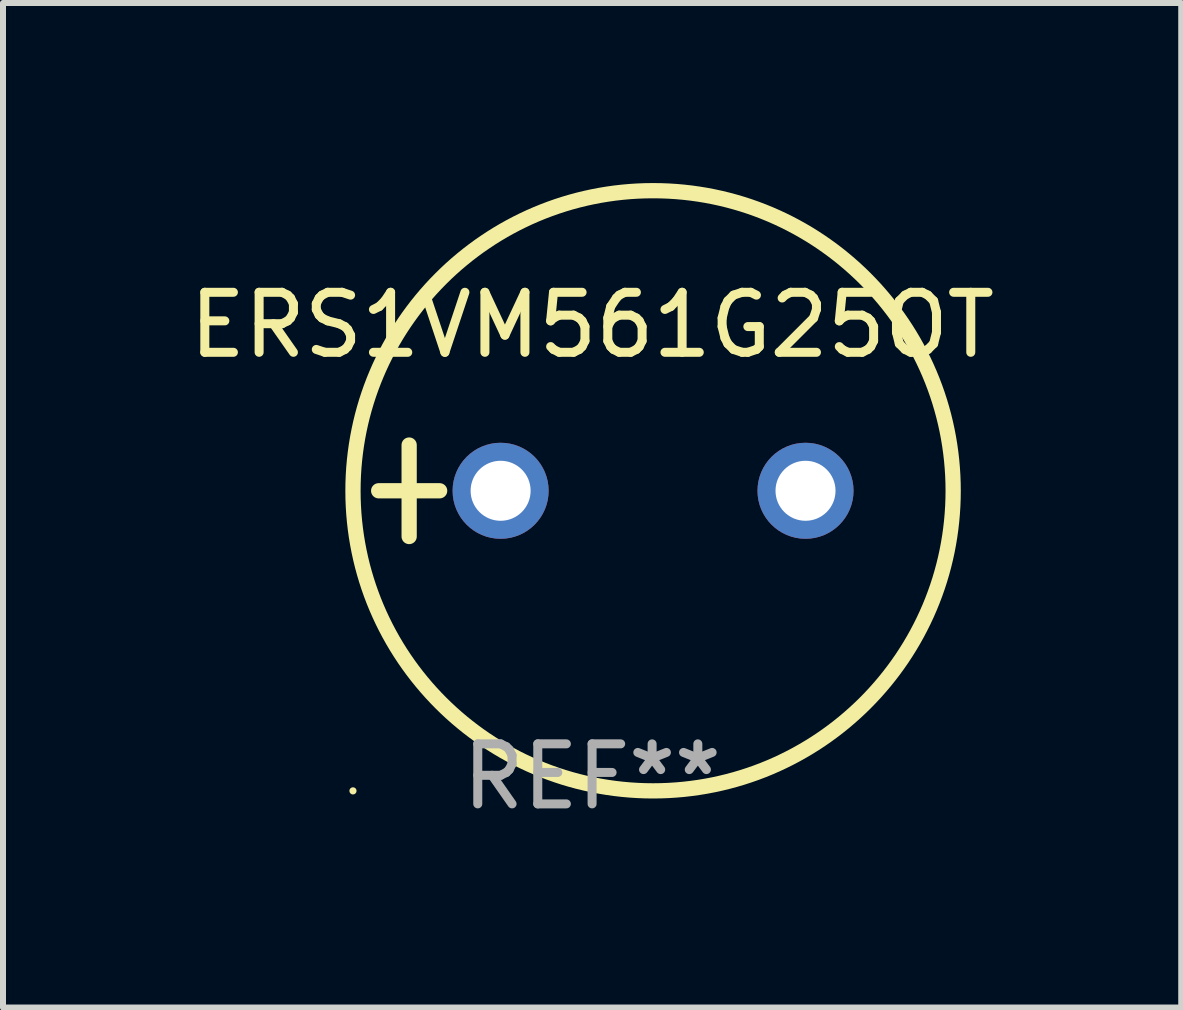
<source format=kicad_pcb>
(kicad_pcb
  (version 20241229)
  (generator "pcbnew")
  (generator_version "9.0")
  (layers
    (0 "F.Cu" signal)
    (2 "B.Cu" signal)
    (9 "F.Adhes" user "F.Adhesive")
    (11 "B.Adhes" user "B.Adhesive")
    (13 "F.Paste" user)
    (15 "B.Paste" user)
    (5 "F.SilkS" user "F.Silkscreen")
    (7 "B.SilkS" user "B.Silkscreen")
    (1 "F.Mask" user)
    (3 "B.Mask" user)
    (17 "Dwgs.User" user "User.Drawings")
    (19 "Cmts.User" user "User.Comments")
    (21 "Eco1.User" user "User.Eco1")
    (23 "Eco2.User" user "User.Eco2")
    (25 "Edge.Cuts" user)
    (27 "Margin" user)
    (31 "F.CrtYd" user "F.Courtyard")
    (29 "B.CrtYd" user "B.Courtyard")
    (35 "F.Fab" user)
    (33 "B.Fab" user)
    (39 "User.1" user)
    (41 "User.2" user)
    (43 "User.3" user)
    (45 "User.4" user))
  (footprint "ERS1VM561G25OT"
    (layer "F.Cu")
    (at 6.815 5.127)
    (property "Reference" "ERS1VM561G25OT" (at 0 -2.762 0) (layer "F.SilkS") (effects (font (size 1 1) (thickness 0.15))))
    (attr through_hole)
    (fp_line (start -3.556 0) (end -2.54 0) (stroke (width 0.254) (type solid)) (layer "F.SilkS"))
    (fp_line (start -3.048 -0.762) (end -3.048 0.762) (stroke (width 0.254) (type solid)) (layer "F.SilkS"))
    (fp_circle (center -3.984 5) (end -3.954 5) (stroke (width 0.06) (type solid)) (fill no) (layer "F.SilkS"))
    (fp_circle (center 1.016 0) (end 6.016 0) (stroke (width 0.254) (type solid)) (fill no) (layer "F.SilkS"))
    (fp_text user "REF**" (at 0 4.762 0) (layer "F.Fab") (effects (font (size 1 1) (thickness 0.15))))
    (pad "1" thru_hole circle (at -1.524 0) (size 1.6 1.6) (drill 1) (layers "*.Cu" "*.Mask"))
    (pad "2" thru_hole circle (at 3.556 0) (size 1.6 1.6) (drill 1) (layers "*.Cu" "*.Mask")))
  (gr_rect
    (start -3 -3)
    (end 16.631 13.737)
    (stroke (width 0.1) (type default))
    (fill no)
    (layer "Edge.Cuts")))
</source>
